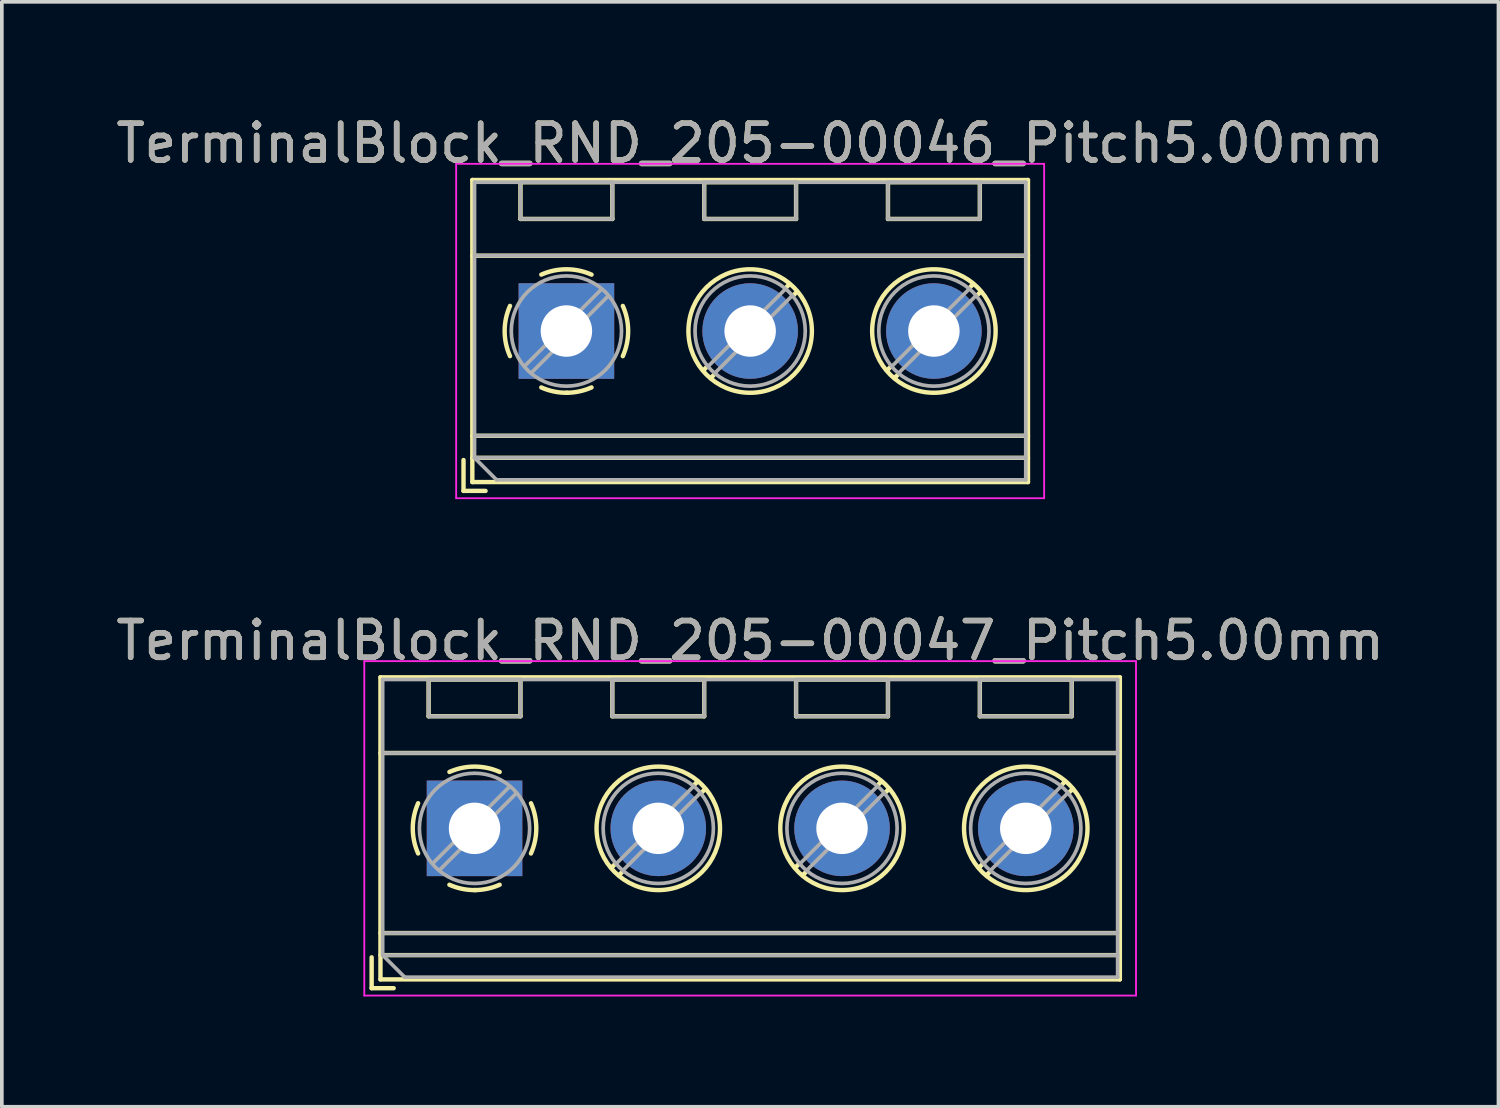
<source format=kicad_pcb>
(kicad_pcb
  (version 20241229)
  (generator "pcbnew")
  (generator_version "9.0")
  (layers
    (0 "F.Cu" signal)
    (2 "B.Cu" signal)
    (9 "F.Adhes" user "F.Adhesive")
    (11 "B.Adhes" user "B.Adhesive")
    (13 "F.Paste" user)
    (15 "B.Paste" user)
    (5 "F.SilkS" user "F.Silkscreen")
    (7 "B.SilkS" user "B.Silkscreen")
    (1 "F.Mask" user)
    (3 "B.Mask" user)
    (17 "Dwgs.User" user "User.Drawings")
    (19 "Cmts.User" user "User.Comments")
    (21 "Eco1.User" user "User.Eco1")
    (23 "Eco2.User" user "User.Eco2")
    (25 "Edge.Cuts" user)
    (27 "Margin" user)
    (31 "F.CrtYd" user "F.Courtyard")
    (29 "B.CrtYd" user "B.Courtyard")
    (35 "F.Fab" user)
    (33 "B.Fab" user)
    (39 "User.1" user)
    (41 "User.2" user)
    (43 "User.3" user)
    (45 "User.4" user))
  (footprint "TerminalBlock_RND_205-00047_Pitch5.00mm"
    (layer "F.Cu")
    (at 9.863 19.491)
    (property "Reference" "TerminalBlock_RND_205-00047_Pitch5.00mm" (at 7.5 -5.11 0) (layer "F.SilkS") (effects (font (size 1 1) (thickness 0.15))))
    (attr through_hole)
    (fp_line (start -2.8 3.51) (end -2.8 4.35) (stroke (width 0.12) (type solid)) (layer "F.SilkS"))
    (fp_line (start -2.8 4.35) (end -2.2 4.35) (stroke (width 0.12) (type solid)) (layer "F.SilkS"))
    (fp_line (start -2.56 -4.11) (end -2.56 4.11) (stroke (width 0.12) (type solid)) (layer "F.SilkS"))
    (fp_line (start -2.56 -2.05) (end 17.56 -2.05) (stroke (width 0.12) (type solid)) (layer "F.SilkS"))
    (fp_line (start -2.56 2.85) (end 17.56 2.85) (stroke (width 0.12) (type solid)) (layer "F.SilkS"))
    (fp_line (start -2.56 3.45) (end 17.56 3.45) (stroke (width 0.12) (type solid)) (layer "F.SilkS"))
    (fp_line (start -2.56 4.11) (end 17.56 4.11) (stroke (width 0.12) (type solid)) (layer "F.SilkS"))
    (fp_line (start -1.25 -4.05) (end -1.25 -3.05) (stroke (width 0.12) (type solid)) (layer "F.SilkS"))
    (fp_line (start -1.25 -4.05) (end 1.25 -4.05) (stroke (width 0.12) (type solid)) (layer "F.SilkS"))
    (fp_line (start -1.25 -3.05) (end 1.25 -3.05) (stroke (width 0.12) (type solid)) (layer "F.SilkS"))
    (fp_line (start 1.25 -4.05) (end 1.25 -3.05) (stroke (width 0.12) (type solid)) (layer "F.SilkS"))
    (fp_line (start 3.75 -4.05) (end 3.75 -3.05) (stroke (width 0.12) (type solid)) (layer "F.SilkS"))
    (fp_line (start 3.75 -4.05) (end 6.25 -4.05) (stroke (width 0.12) (type solid)) (layer "F.SilkS"))
    (fp_line (start 3.75 -3.05) (end 6.25 -3.05) (stroke (width 0.12) (type solid)) (layer "F.SilkS"))
    (fp_line (start 3.82 0.976) (end 3.726 1.069) (stroke (width 0.12) (type solid)) (layer "F.SilkS"))
    (fp_line (start 4.002 1.204) (end 3.931 1.274) (stroke (width 0.12) (type solid)) (layer "F.SilkS"))
    (fp_line (start 6.07 -1.275) (end 5.999 -1.204) (stroke (width 0.12) (type solid)) (layer "F.SilkS"))
    (fp_line (start 6.25 -4.05) (end 6.25 -3.05) (stroke (width 0.12) (type solid)) (layer "F.SilkS"))
    (fp_line (start 6.275 -1.069) (end 6.181 -0.976) (stroke (width 0.12) (type solid)) (layer "F.SilkS"))
    (fp_line (start 8.75 -4.05) (end 8.75 -3.05) (stroke (width 0.12) (type solid)) (layer "F.SilkS"))
    (fp_line (start 8.75 -4.05) (end 11.25 -4.05) (stroke (width 0.12) (type solid)) (layer "F.SilkS"))
    (fp_line (start 8.75 -3.05) (end 11.25 -3.05) (stroke (width 0.12) (type solid)) (layer "F.SilkS"))
    (fp_line (start 8.82 0.976) (end 8.726 1.069) (stroke (width 0.12) (type solid)) (layer "F.SilkS"))
    (fp_line (start 9.002 1.204) (end 8.931 1.274) (stroke (width 0.12) (type solid)) (layer "F.SilkS"))
    (fp_line (start 11.07 -1.275) (end 10.999 -1.204) (stroke (width 0.12) (type solid)) (layer "F.SilkS"))
    (fp_line (start 11.25 -4.05) (end 11.25 -3.05) (stroke (width 0.12) (type solid)) (layer "F.SilkS"))
    (fp_line (start 11.275 -1.069) (end 11.181 -0.976) (stroke (width 0.12) (type solid)) (layer "F.SilkS"))
    (fp_line (start 13.75 -4.05) (end 13.75 -3.05) (stroke (width 0.12) (type solid)) (layer "F.SilkS"))
    (fp_line (start 13.75 -4.05) (end 16.25 -4.05) (stroke (width 0.12) (type solid)) (layer "F.SilkS"))
    (fp_line (start 13.75 -3.05) (end 16.25 -3.05) (stroke (width 0.12) (type solid)) (layer "F.SilkS"))
    (fp_line (start 13.82 0.976) (end 13.726 1.069) (stroke (width 0.12) (type solid)) (layer "F.SilkS"))
    (fp_line (start 14.002 1.204) (end 13.931 1.274) (stroke (width 0.12) (type solid)) (layer "F.SilkS"))
    (fp_line (start 16.07 -1.275) (end 15.999 -1.204) (stroke (width 0.12) (type solid)) (layer "F.SilkS"))
    (fp_line (start 16.25 -4.05) (end 16.25 -3.05) (stroke (width 0.12) (type solid)) (layer "F.SilkS"))
    (fp_line (start 16.275 -1.069) (end 16.181 -0.976) (stroke (width 0.12) (type solid)) (layer "F.SilkS"))
    (fp_line (start 17.56 -4.11) (end -2.56 -4.11) (stroke (width 0.12) (type solid)) (layer "F.SilkS"))
    (fp_line (start 17.56 4.11) (end 17.56 -4.11) (stroke (width 0.12) (type solid)) (layer "F.SilkS"))
    (fp_arc (start -1.535427 0.683042) (mid -1.680501 -0.000524) (end -1.535 -0.684) (stroke (width 0.12) (type solid)) (layer "F.SilkS"))
    (fp_arc (start -0.683042 -1.535427) (mid 0.000524 -1.680501) (end 0.684 -1.535) (stroke (width 0.12) (type solid)) (layer "F.SilkS"))
    (fp_arc (start 0.028805 1.680253) (mid -0.335551 1.646659) (end -0.684 1.535) (stroke (width 0.12) (type solid)) (layer "F.SilkS"))
    (fp_arc (start 0.683318 1.534756) (mid 0.349292 1.643288) (end 0 1.68) (stroke (width 0.12) (type solid)) (layer "F.SilkS"))
    (fp_arc (start 1.535427 -0.683042) (mid 1.680501 0.000524) (end 1.535 0.684) (stroke (width 0.12) (type solid)) (layer "F.SilkS"))
    (fp_circle (center 5 0) (end 6.68 0) (stroke (width 0.12) (type solid)) (fill no) (layer "F.SilkS"))
    (fp_circle (center 10 0) (end 11.68 0) (stroke (width 0.12) (type solid)) (fill no) (layer "F.SilkS"))
    (fp_circle (center 15 0) (end 16.68 0) (stroke (width 0.12) (type solid)) (fill no) (layer "F.SilkS"))
    (fp_line (start -3 -4.55) (end -3 4.55) (stroke (width 0.05) (type solid)) (layer "F.CrtYd"))
    (fp_line (start -3 4.55) (end 18 4.55) (stroke (width 0.05) (type solid)) (layer "F.CrtYd"))
    (fp_line (start 18 -4.55) (end -3 -4.55) (stroke (width 0.05) (type solid)) (layer "F.CrtYd"))
    (fp_line (start 18 4.55) (end 18 -4.55) (stroke (width 0.05) (type solid)) (layer "F.CrtYd"))
    (fp_line (start -2.5 -4.05) (end 17.5 -4.05) (stroke (width 0.1) (type solid)) (layer "F.Fab"))
    (fp_line (start -2.5 -2.05) (end 17.5 -2.05) (stroke (width 0.1) (type solid)) (layer "F.Fab"))
    (fp_line (start -2.5 2.85) (end 17.5 2.85) (stroke (width 0.1) (type solid)) (layer "F.Fab"))
    (fp_line (start -2.5 3.45) (end -2.5 -4.05) (stroke (width 0.1) (type solid)) (layer "F.Fab"))
    (fp_line (start -2.5 3.45) (end 17.5 3.45) (stroke (width 0.1) (type solid)) (layer "F.Fab"))
    (fp_line (start -1.9 4.05) (end -2.5 3.45) (stroke (width 0.1) (type solid)) (layer "F.Fab"))
    (fp_line (start -1.25 -4.05) (end -1.25 -3.05) (stroke (width 0.1) (type solid)) (layer "F.Fab"))
    (fp_line (start -1.25 -3.05) (end 1.25 -3.05) (stroke (width 0.1) (type solid)) (layer "F.Fab"))
    (fp_line (start 0.955 -1.138) (end -1.138 0.955) (stroke (width 0.1) (type solid)) (layer "F.Fab"))
    (fp_line (start 1.138 -0.955) (end -0.955 1.138) (stroke (width 0.1) (type solid)) (layer "F.Fab"))
    (fp_line (start 1.25 -4.05) (end -1.25 -4.05) (stroke (width 0.1) (type solid)) (layer "F.Fab"))
    (fp_line (start 1.25 -3.05) (end 1.25 -4.05) (stroke (width 0.1) (type solid)) (layer "F.Fab"))
    (fp_line (start 3.75 -4.05) (end 3.75 -3.05) (stroke (width 0.1) (type solid)) (layer "F.Fab"))
    (fp_line (start 3.75 -3.05) (end 6.25 -3.05) (stroke (width 0.1) (type solid)) (layer "F.Fab"))
    (fp_line (start 5.955 -1.138) (end 3.863 0.955) (stroke (width 0.1) (type solid)) (layer "F.Fab"))
    (fp_line (start 6.138 -0.955) (end 4.046 1.138) (stroke (width 0.1) (type solid)) (layer "F.Fab"))
    (fp_line (start 6.25 -4.05) (end 3.75 -4.05) (stroke (width 0.1) (type solid)) (layer "F.Fab"))
    (fp_line (start 6.25 -3.05) (end 6.25 -4.05) (stroke (width 0.1) (type solid)) (layer "F.Fab"))
    (fp_line (start 8.75 -4.05) (end 8.75 -3.05) (stroke (width 0.1) (type solid)) (layer "F.Fab"))
    (fp_line (start 8.75 -3.05) (end 11.25 -3.05) (stroke (width 0.1) (type solid)) (layer "F.Fab"))
    (fp_line (start 10.955 -1.138) (end 8.863 0.955) (stroke (width 0.1) (type solid)) (layer "F.Fab"))
    (fp_line (start 11.138 -0.955) (end 9.046 1.138) (stroke (width 0.1) (type solid)) (layer "F.Fab"))
    (fp_line (start 11.25 -4.05) (end 8.75 -4.05) (stroke (width 0.1) (type solid)) (layer "F.Fab"))
    (fp_line (start 11.25 -3.05) (end 11.25 -4.05) (stroke (width 0.1) (type solid)) (layer "F.Fab"))
    (fp_line (start 13.75 -4.05) (end 13.75 -3.05) (stroke (width 0.1) (type solid)) (layer "F.Fab"))
    (fp_line (start 13.75 -3.05) (end 16.25 -3.05) (stroke (width 0.1) (type solid)) (layer "F.Fab"))
    (fp_line (start 15.955 -1.138) (end 13.863 0.955) (stroke (width 0.1) (type solid)) (layer "F.Fab"))
    (fp_line (start 16.138 -0.955) (end 14.046 1.138) (stroke (width 0.1) (type solid)) (layer "F.Fab"))
    (fp_line (start 16.25 -4.05) (end 13.75 -4.05) (stroke (width 0.1) (type solid)) (layer "F.Fab"))
    (fp_line (start 16.25 -3.05) (end 16.25 -4.05) (stroke (width 0.1) (type solid)) (layer "F.Fab"))
    (fp_line (start 17.5 -4.05) (end 17.5 4.05) (stroke (width 0.1) (type solid)) (layer "F.Fab"))
    (fp_line (start 17.5 4.05) (end -1.9 4.05) (stroke (width 0.1) (type solid)) (layer "F.Fab"))
    (fp_circle (center 0 0) (end 1.5 0) (stroke (width 0.1) (type solid)) (fill no) (layer "F.Fab"))
    (fp_circle (center 5 0) (end 6.5 0) (stroke (width 0.1) (type solid)) (fill no) (layer "F.Fab"))
    (fp_circle (center 10 0) (end 11.5 0) (stroke (width 0.1) (type solid)) (fill no) (layer "F.Fab"))
    (fp_circle (center 15 0) (end 16.5 0) (stroke (width 0.1) (type solid)) (fill no) (layer "F.Fab"))
    (fp_text user "${REFERENCE}" (at 7.5 -5.11 0) (layer "F.Fab") (effects (font (size 1 1) (thickness 0.15))))
    (pad "1" thru_hole rect (at 0 0) (size 2.6 2.6) (drill 1.4) (layers "*.Cu" "*.Mask"))
    (pad "2" thru_hole oval (at 5 0) (size 2.6 2.6) (drill 1.4) (layers "*.Cu" "*.Mask"))
    (pad "3" thru_hole oval (at 10 0) (size 2.6 2.6) (drill 1.4) (layers "*.Cu" "*.Mask"))
    (pad "4" thru_hole oval (at 15 0) (size 2.6 2.6) (drill 1.4) (layers "*.Cu" "*.Mask")))
  (footprint "TerminalBlock_RND_205-00046_Pitch5.00mm"
    (layer "F.Cu")
    (at 12.363 5.958)
    (property "Reference" "TerminalBlock_RND_205-00046_Pitch5.00mm" (at 5 -5.11 0) (layer "F.SilkS") (effects (font (size 1 1) (thickness 0.15))))
    (attr through_hole)
    (fp_line (start -2.8 3.51) (end -2.8 4.35) (stroke (width 0.12) (type solid)) (layer "F.SilkS"))
    (fp_line (start -2.8 4.35) (end -2.2 4.35) (stroke (width 0.12) (type solid)) (layer "F.SilkS"))
    (fp_line (start -2.56 -4.11) (end -2.56 4.11) (stroke (width 0.12) (type solid)) (layer "F.SilkS"))
    (fp_line (start -2.56 -2.05) (end 12.56 -2.05) (stroke (width 0.12) (type solid)) (layer "F.SilkS"))
    (fp_line (start -2.56 2.85) (end 12.56 2.85) (stroke (width 0.12) (type solid)) (layer "F.SilkS"))
    (fp_line (start -2.56 3.45) (end 12.56 3.45) (stroke (width 0.12) (type solid)) (layer "F.SilkS"))
    (fp_line (start -2.56 4.11) (end 12.56 4.11) (stroke (width 0.12) (type solid)) (layer "F.SilkS"))
    (fp_line (start -1.25 -4.05) (end -1.25 -3.05) (stroke (width 0.12) (type solid)) (layer "F.SilkS"))
    (fp_line (start -1.25 -4.05) (end 1.25 -4.05) (stroke (width 0.12) (type solid)) (layer "F.SilkS"))
    (fp_line (start -1.25 -3.05) (end 1.25 -3.05) (stroke (width 0.12) (type solid)) (layer "F.SilkS"))
    (fp_line (start 1.25 -4.05) (end 1.25 -3.05) (stroke (width 0.12) (type solid)) (layer "F.SilkS"))
    (fp_line (start 3.75 -4.05) (end 3.75 -3.05) (stroke (width 0.12) (type solid)) (layer "F.SilkS"))
    (fp_line (start 3.75 -4.05) (end 6.25 -4.05) (stroke (width 0.12) (type solid)) (layer "F.SilkS"))
    (fp_line (start 3.75 -3.05) (end 6.25 -3.05) (stroke (width 0.12) (type solid)) (layer "F.SilkS"))
    (fp_line (start 3.82 0.976) (end 3.726 1.069) (stroke (width 0.12) (type solid)) (layer "F.SilkS"))
    (fp_line (start 4.002 1.204) (end 3.931 1.274) (stroke (width 0.12) (type solid)) (layer "F.SilkS"))
    (fp_line (start 6.07 -1.275) (end 5.999 -1.204) (stroke (width 0.12) (type solid)) (layer "F.SilkS"))
    (fp_line (start 6.25 -4.05) (end 6.25 -3.05) (stroke (width 0.12) (type solid)) (layer "F.SilkS"))
    (fp_line (start 6.275 -1.069) (end 6.181 -0.976) (stroke (width 0.12) (type solid)) (layer "F.SilkS"))
    (fp_line (start 8.75 -4.05) (end 8.75 -3.05) (stroke (width 0.12) (type solid)) (layer "F.SilkS"))
    (fp_line (start 8.75 -4.05) (end 11.25 -4.05) (stroke (width 0.12) (type solid)) (layer "F.SilkS"))
    (fp_line (start 8.75 -3.05) (end 11.25 -3.05) (stroke (width 0.12) (type solid)) (layer "F.SilkS"))
    (fp_line (start 8.82 0.976) (end 8.726 1.069) (stroke (width 0.12) (type solid)) (layer "F.SilkS"))
    (fp_line (start 9.002 1.204) (end 8.931 1.274) (stroke (width 0.12) (type solid)) (layer "F.SilkS"))
    (fp_line (start 11.07 -1.275) (end 10.999 -1.204) (stroke (width 0.12) (type solid)) (layer "F.SilkS"))
    (fp_line (start 11.25 -4.05) (end 11.25 -3.05) (stroke (width 0.12) (type solid)) (layer "F.SilkS"))
    (fp_line (start 11.275 -1.069) (end 11.181 -0.976) (stroke (width 0.12) (type solid)) (layer "F.SilkS"))
    (fp_line (start 12.56 -4.11) (end -2.56 -4.11) (stroke (width 0.12) (type solid)) (layer "F.SilkS"))
    (fp_line (start 12.56 4.11) (end 12.56 -4.11) (stroke (width 0.12) (type solid)) (layer "F.SilkS"))
    (fp_arc (start -1.535427 0.683042) (mid -1.680501 -0.000524) (end -1.535 -0.684) (stroke (width 0.12) (type solid)) (layer "F.SilkS"))
    (fp_arc (start -0.683042 -1.535427) (mid 0.000524 -1.680501) (end 0.684 -1.535) (stroke (width 0.12) (type solid)) (layer "F.SilkS"))
    (fp_arc (start 0.028805 1.680253) (mid -0.335551 1.646659) (end -0.684 1.535) (stroke (width 0.12) (type solid)) (layer "F.SilkS"))
    (fp_arc (start 0.683318 1.534756) (mid 0.349292 1.643288) (end 0 1.68) (stroke (width 0.12) (type solid)) (layer "F.SilkS"))
    (fp_arc (start 1.535427 -0.683042) (mid 1.680501 0.000524) (end 1.535 0.684) (stroke (width 0.12) (type solid)) (layer "F.SilkS"))
    (fp_circle (center 5 0) (end 6.68 0) (stroke (width 0.12) (type solid)) (fill no) (layer "F.SilkS"))
    (fp_circle (center 10 0) (end 11.68 0) (stroke (width 0.12) (type solid)) (fill no) (layer "F.SilkS"))
    (fp_line (start -3 -4.55) (end -3 4.55) (stroke (width 0.05) (type solid)) (layer "F.CrtYd"))
    (fp_line (start -3 4.55) (end 13 4.55) (stroke (width 0.05) (type solid)) (layer "F.CrtYd"))
    (fp_line (start 13 -4.55) (end -3 -4.55) (stroke (width 0.05) (type solid)) (layer "F.CrtYd"))
    (fp_line (start 13 4.55) (end 13 -4.55) (stroke (width 0.05) (type solid)) (layer "F.CrtYd"))
    (fp_line (start -2.5 -4.05) (end 12.5 -4.05) (stroke (width 0.1) (type solid)) (layer "F.Fab"))
    (fp_line (start -2.5 -2.05) (end 12.5 -2.05) (stroke (width 0.1) (type solid)) (layer "F.Fab"))
    (fp_line (start -2.5 2.85) (end 12.5 2.85) (stroke (width 0.1) (type solid)) (layer "F.Fab"))
    (fp_line (start -2.5 3.45) (end -2.5 -4.05) (stroke (width 0.1) (type solid)) (layer "F.Fab"))
    (fp_line (start -2.5 3.45) (end 12.5 3.45) (stroke (width 0.1) (type solid)) (layer "F.Fab"))
    (fp_line (start -1.9 4.05) (end -2.5 3.45) (stroke (width 0.1) (type solid)) (layer "F.Fab"))
    (fp_line (start -1.25 -4.05) (end -1.25 -3.05) (stroke (width 0.1) (type solid)) (layer "F.Fab"))
    (fp_line (start -1.25 -3.05) (end 1.25 -3.05) (stroke (width 0.1) (type solid)) (layer "F.Fab"))
    (fp_line (start 0.955 -1.138) (end -1.138 0.955) (stroke (width 0.1) (type solid)) (layer "F.Fab"))
    (fp_line (start 1.138 -0.955) (end -0.955 1.138) (stroke (width 0.1) (type solid)) (layer "F.Fab"))
    (fp_line (start 1.25 -4.05) (end -1.25 -4.05) (stroke (width 0.1) (type solid)) (layer "F.Fab"))
    (fp_line (start 1.25 -3.05) (end 1.25 -4.05) (stroke (width 0.1) (type solid)) (layer "F.Fab"))
    (fp_line (start 3.75 -4.05) (end 3.75 -3.05) (stroke (width 0.1) (type solid)) (layer "F.Fab"))
    (fp_line (start 3.75 -3.05) (end 6.25 -3.05) (stroke (width 0.1) (type solid)) (layer "F.Fab"))
    (fp_line (start 5.955 -1.138) (end 3.863 0.955) (stroke (width 0.1) (type solid)) (layer "F.Fab"))
    (fp_line (start 6.138 -0.955) (end 4.046 1.138) (stroke (width 0.1) (type solid)) (layer "F.Fab"))
    (fp_line (start 6.25 -4.05) (end 3.75 -4.05) (stroke (width 0.1) (type solid)) (layer "F.Fab"))
    (fp_line (start 6.25 -3.05) (end 6.25 -4.05) (stroke (width 0.1) (type solid)) (layer "F.Fab"))
    (fp_line (start 8.75 -4.05) (end 8.75 -3.05) (stroke (width 0.1) (type solid)) (layer "F.Fab"))
    (fp_line (start 8.75 -3.05) (end 11.25 -3.05) (stroke (width 0.1) (type solid)) (layer "F.Fab"))
    (fp_line (start 10.955 -1.138) (end 8.863 0.955) (stroke (width 0.1) (type solid)) (layer "F.Fab"))
    (fp_line (start 11.138 -0.955) (end 9.046 1.138) (stroke (width 0.1) (type solid)) (layer "F.Fab"))
    (fp_line (start 11.25 -4.05) (end 8.75 -4.05) (stroke (width 0.1) (type solid)) (layer "F.Fab"))
    (fp_line (start 11.25 -3.05) (end 11.25 -4.05) (stroke (width 0.1) (type solid)) (layer "F.Fab"))
    (fp_line (start 12.5 -4.05) (end 12.5 4.05) (stroke (width 0.1) (type solid)) (layer "F.Fab"))
    (fp_line (start 12.5 4.05) (end -1.9 4.05) (stroke (width 0.1) (type solid)) (layer "F.Fab"))
    (fp_circle (center 0 0) (end 1.5 0) (stroke (width 0.1) (type solid)) (fill no) (layer "F.Fab"))
    (fp_circle (center 5 0) (end 6.5 0) (stroke (width 0.1) (type solid)) (fill no) (layer "F.Fab"))
    (fp_circle (center 10 0) (end 11.5 0) (stroke (width 0.1) (type solid)) (fill no) (layer "F.Fab"))
    (fp_text user "${REFERENCE}" (at 5 -5.11 0) (layer "F.Fab") (effects (font (size 1 1) (thickness 0.15))))
    (pad "1" thru_hole rect (at 0 0) (size 2.6 2.6) (drill 1.4) (layers "*.Cu" "*.Mask"))
    (pad "2" thru_hole oval (at 5 0) (size 2.6 2.6) (drill 1.4) (layers "*.Cu" "*.Mask"))
    (pad "3" thru_hole oval (at 10 0) (size 2.6 2.6) (drill 1.4) (layers "*.Cu" "*.Mask")))
  (gr_rect
    (start -3 -3)
    (end 37.726 27.067)
    (stroke (width 0.1) (type default))
    (fill no)
    (layer "Edge.Cuts")))
</source>
